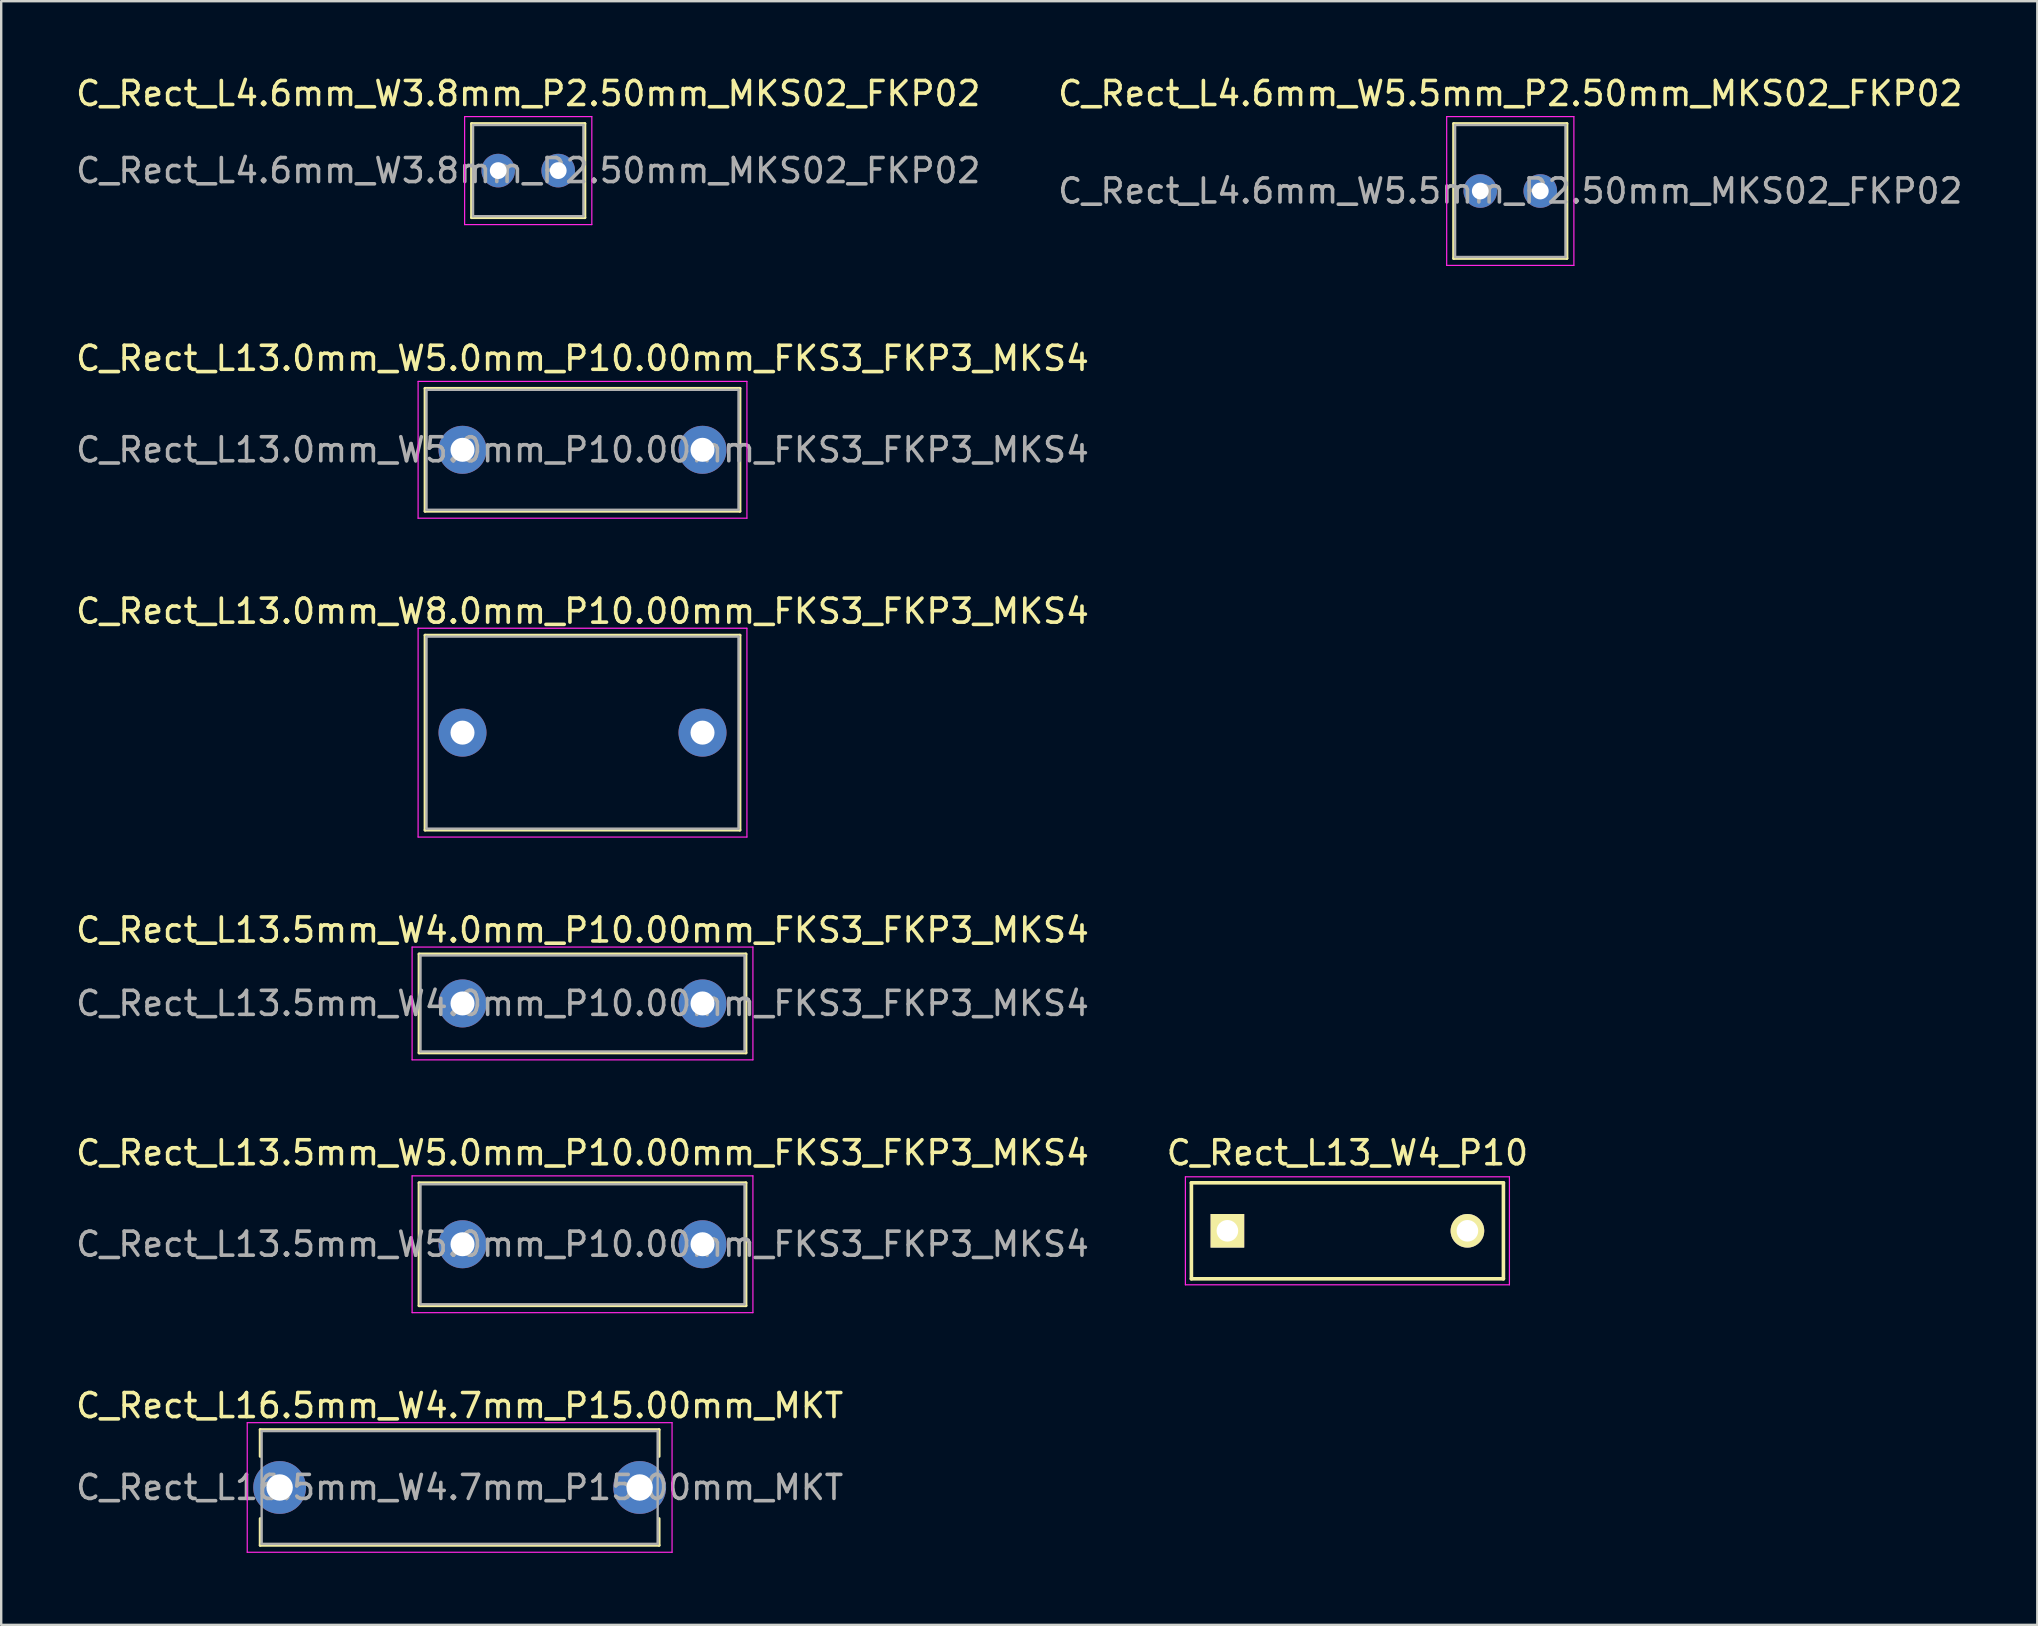
<source format=kicad_pcb>
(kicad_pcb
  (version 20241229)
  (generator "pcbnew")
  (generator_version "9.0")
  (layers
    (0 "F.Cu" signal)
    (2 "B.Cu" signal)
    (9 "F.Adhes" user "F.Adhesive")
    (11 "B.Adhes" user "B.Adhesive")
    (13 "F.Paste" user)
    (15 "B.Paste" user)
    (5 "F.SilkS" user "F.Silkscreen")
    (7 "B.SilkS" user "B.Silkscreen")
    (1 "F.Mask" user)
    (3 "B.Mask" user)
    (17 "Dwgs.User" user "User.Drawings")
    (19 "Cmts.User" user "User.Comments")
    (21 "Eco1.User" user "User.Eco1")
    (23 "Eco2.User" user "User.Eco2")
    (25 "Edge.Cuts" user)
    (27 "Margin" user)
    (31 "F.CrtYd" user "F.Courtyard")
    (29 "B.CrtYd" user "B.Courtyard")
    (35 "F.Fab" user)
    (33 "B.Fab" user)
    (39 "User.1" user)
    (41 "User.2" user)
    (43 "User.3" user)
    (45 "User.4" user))
  (footprint "C_Rect_L13.5mm_W4.0mm_P10.00mm_FKS3_FKP3_MKS4"
    (layer "F.Cu")
    (at 16.22 38.758)
    (property "Reference" "C_Rect_L13.5mm_W4.0mm_P10.00mm_FKS3_FKP3_MKS4" (at 5 -3.06 0) (layer "F.SilkS") (effects (font (size 1 1) (thickness 0.15))))
    (attr through_hole)
    (fp_line (start -1.81 -2.06) (end -1.81 2.06) (stroke (width 0.12) (type solid)) (layer "F.SilkS"))
    (fp_line (start -1.81 -2.06) (end 11.81 -2.06) (stroke (width 0.12) (type solid)) (layer "F.SilkS"))
    (fp_line (start -1.81 2.06) (end 11.81 2.06) (stroke (width 0.12) (type solid)) (layer "F.SilkS"))
    (fp_line (start 11.81 -2.06) (end 11.81 2.06) (stroke (width 0.12) (type solid)) (layer "F.SilkS"))
    (fp_line (start -2.1 -2.35) (end -2.1 2.35) (stroke (width 0.05) (type solid)) (layer "F.CrtYd"))
    (fp_line (start -2.1 2.35) (end 12.1 2.35) (stroke (width 0.05) (type solid)) (layer "F.CrtYd"))
    (fp_line (start 12.1 -2.35) (end -2.1 -2.35) (stroke (width 0.05) (type solid)) (layer "F.CrtYd"))
    (fp_line (start 12.1 2.35) (end 12.1 -2.35) (stroke (width 0.05) (type solid)) (layer "F.CrtYd"))
    (fp_line (start -1.75 -2) (end -1.75 2) (stroke (width 0.1) (type solid)) (layer "F.Fab"))
    (fp_line (start -1.75 2) (end 11.75 2) (stroke (width 0.1) (type solid)) (layer "F.Fab"))
    (fp_line (start 11.75 -2) (end -1.75 -2) (stroke (width 0.1) (type solid)) (layer "F.Fab"))
    (fp_line (start 11.75 2) (end 11.75 -2) (stroke (width 0.1) (type solid)) (layer "F.Fab"))
    (fp_text user "${REFERENCE}" (at 5 0 0) (layer "F.Fab") (effects (font (size 1 1) (thickness 0.15))))
    (pad "1" thru_hole circle (at 0 0) (size 2 2) (drill 1) (layers "*.Cu" "*.Mask"))
    (pad "2" thru_hole circle (at 10 0) (size 2 2) (drill 1) (layers "*.Cu" "*.Mask")))
  (footprint "C_Rect_L13.0mm_W8.0mm_P10.00mm_FKS3_FKP3_MKS4"
    (layer "F.Cu")
    (at 16.22 27.475)
    (property "Reference" "C_Rect_L13.0mm_W8.0mm_P10.00mm_FKS3_FKP3_MKS4" (at 5 -5.06 0) (layer "F.SilkS") (effects (font (size 1 1) (thickness 0.15))))
    (attr through_hole)
    (fp_line (start -1.56 -4.06) (end -1.56 4.06) (stroke (width 0.12) (type solid)) (layer "F.SilkS"))
    (fp_line (start -1.56 -4.06) (end 11.56 -4.06) (stroke (width 0.12) (type solid)) (layer "F.SilkS"))
    (fp_line (start -1.56 4.06) (end 11.56 4.06) (stroke (width 0.12) (type solid)) (layer "F.SilkS"))
    (fp_line (start 11.56 -4.06) (end 11.56 4.06) (stroke (width 0.12) (type solid)) (layer "F.SilkS"))
    (fp_line (start -1.85 -4.35) (end -1.85 4.35) (stroke (width 0.05) (type solid)) (layer "F.CrtYd"))
    (fp_line (start -1.85 4.35) (end 11.85 4.35) (stroke (width 0.05) (type solid)) (layer "F.CrtYd"))
    (fp_line (start 11.85 -4.35) (end -1.85 -4.35) (stroke (width 0.05) (type solid)) (layer "F.CrtYd"))
    (fp_line (start 11.85 4.35) (end 11.85 -4.35) (stroke (width 0.05) (type solid)) (layer "F.CrtYd"))
    (fp_line (start -1.5 -4) (end -1.5 4) (stroke (width 0.1) (type solid)) (layer "F.Fab"))
    (fp_line (start -1.5 4) (end 11.5 4) (stroke (width 0.1) (type solid)) (layer "F.Fab"))
    (fp_line (start 11.5 -4) (end -1.5 -4) (stroke (width 0.1) (type solid)) (layer "F.Fab"))
    (fp_line (start 11.5 4) (end 11.5 -4) (stroke (width 0.1) (type solid)) (layer "F.Fab"))
    (pad "1" thru_hole circle (at 0 0) (size 2 2) (drill 1) (layers "*.Cu" "*.Mask"))
    (pad "2" thru_hole circle (at 10 0) (size 2 2) (drill 1) (layers "*.Cu" "*.Mask")))
  (footprint "C_Rect_L13.0mm_W5.0mm_P10.00mm_FKS3_FKP3_MKS4"
    (layer "F.Cu")
    (at 16.22 15.691)
    (property "Reference" "C_Rect_L13.0mm_W5.0mm_P10.00mm_FKS3_FKP3_MKS4" (at 5 -3.81 0) (layer "F.SilkS") (effects (font (size 1 1) (thickness 0.15))))
    (attr through_hole)
    (fp_line (start -1.56 -2.56) (end -1.56 2.56) (stroke (width 0.12) (type solid)) (layer "F.SilkS"))
    (fp_line (start -1.56 -2.56) (end 11.56 -2.56) (stroke (width 0.12) (type solid)) (layer "F.SilkS"))
    (fp_line (start -1.56 2.56) (end 11.56 2.56) (stroke (width 0.12) (type solid)) (layer "F.SilkS"))
    (fp_line (start 11.56 -2.56) (end 11.56 2.56) (stroke (width 0.12) (type solid)) (layer "F.SilkS"))
    (fp_line (start -1.85 -2.85) (end -1.85 2.85) (stroke (width 0.05) (type solid)) (layer "F.CrtYd"))
    (fp_line (start -1.85 2.85) (end 11.85 2.85) (stroke (width 0.05) (type solid)) (layer "F.CrtYd"))
    (fp_line (start 11.85 -2.85) (end -1.85 -2.85) (stroke (width 0.05) (type solid)) (layer "F.CrtYd"))
    (fp_line (start 11.85 2.85) (end 11.85 -2.85) (stroke (width 0.05) (type solid)) (layer "F.CrtYd"))
    (fp_line (start -1.5 -2.5) (end -1.5 2.5) (stroke (width 0.1) (type solid)) (layer "F.Fab"))
    (fp_line (start -1.5 2.5) (end 11.5 2.5) (stroke (width 0.1) (type solid)) (layer "F.Fab"))
    (fp_line (start 11.5 -2.5) (end -1.5 -2.5) (stroke (width 0.1) (type solid)) (layer "F.Fab"))
    (fp_line (start 11.5 2.5) (end 11.5 -2.5) (stroke (width 0.1) (type solid)) (layer "F.Fab"))
    (fp_text user "${REFERENCE}" (at 5 0 0) (layer "F.Fab") (effects (font (size 1 1) (thickness 0.15))))
    (pad "1" thru_hole circle (at 0 0) (size 2 2) (drill 1) (layers "*.Cu" "*.Mask"))
    (pad "2" thru_hole circle (at 10 0) (size 2 2) (drill 1) (layers "*.Cu" "*.Mask")))
  (footprint "C_Rect_L4.6mm_W3.8mm_P2.50mm_MKS02_FKP02"
    (layer "F.Cu")
    (at 17.708 4.058)
    (property "Reference" "C_Rect_L4.6mm_W3.8mm_P2.50mm_MKS02_FKP02" (at 1.25 -3.21 0) (layer "F.SilkS") (effects (font (size 1 1) (thickness 0.15))))
    (attr through_hole)
    (fp_line (start -1.11 -1.96) (end -1.11 1.96) (stroke (width 0.12) (type solid)) (layer "F.SilkS"))
    (fp_line (start -1.11 -1.96) (end 3.61 -1.96) (stroke (width 0.12) (type solid)) (layer "F.SilkS"))
    (fp_line (start -1.11 1.96) (end 3.61 1.96) (stroke (width 0.12) (type solid)) (layer "F.SilkS"))
    (fp_line (start 3.61 -1.96) (end 3.61 1.96) (stroke (width 0.12) (type solid)) (layer "F.SilkS"))
    (fp_line (start -1.4 -2.25) (end -1.4 2.25) (stroke (width 0.05) (type solid)) (layer "F.CrtYd"))
    (fp_line (start -1.4 2.25) (end 3.9 2.25) (stroke (width 0.05) (type solid)) (layer "F.CrtYd"))
    (fp_line (start 3.9 -2.25) (end -1.4 -2.25) (stroke (width 0.05) (type solid)) (layer "F.CrtYd"))
    (fp_line (start 3.9 2.25) (end 3.9 -2.25) (stroke (width 0.05) (type solid)) (layer "F.CrtYd"))
    (fp_line (start -1.05 -1.9) (end -1.05 1.9) (stroke (width 0.1) (type solid)) (layer "F.Fab"))
    (fp_line (start -1.05 1.9) (end 3.55 1.9) (stroke (width 0.1) (type solid)) (layer "F.Fab"))
    (fp_line (start 3.55 -1.9) (end -1.05 -1.9) (stroke (width 0.1) (type solid)) (layer "F.Fab"))
    (fp_line (start 3.55 1.9) (end 3.55 -1.9) (stroke (width 0.1) (type solid)) (layer "F.Fab"))
    (fp_text user "${REFERENCE}" (at 1.25 0 0) (layer "F.Fab") (effects (font (size 1 1) (thickness 0.15))))
    (pad "1" thru_hole circle (at 0 0) (size 1.4 1.4) (drill 0.7) (layers "*.Cu" "*.Mask"))
    (pad "2" thru_hole circle (at 2.5 0) (size 1.4 1.4) (drill 0.7) (layers "*.Cu" "*.Mask")))
  (footprint "C_Rect_L16.5mm_W4.7mm_P15.00mm_MKT"
    (layer "F.Cu")
    (at 8.601 58.925)
    (property "Reference" "C_Rect_L16.5mm_W4.7mm_P15.00mm_MKT" (at 7.5 -3.41 0) (layer "F.SilkS") (effects (font (size 1 1) (thickness 0.15))))
    (attr through_hole)
    (fp_line (start -0.81 -2.41) (end -0.81 -1.296) (stroke (width 0.12) (type solid)) (layer "F.SilkS"))
    (fp_line (start -0.81 -2.41) (end 15.81 -2.41) (stroke (width 0.12) (type solid)) (layer "F.SilkS"))
    (fp_line (start -0.81 1.296) (end -0.81 2.41) (stroke (width 0.12) (type solid)) (layer "F.SilkS"))
    (fp_line (start -0.81 2.41) (end 15.81 2.41) (stroke (width 0.12) (type solid)) (layer "F.SilkS"))
    (fp_line (start 15.81 -2.41) (end 15.81 -1.296) (stroke (width 0.12) (type solid)) (layer "F.SilkS"))
    (fp_line (start 15.81 1.296) (end 15.81 2.41) (stroke (width 0.12) (type solid)) (layer "F.SilkS"))
    (fp_line (start -1.35 -2.7) (end -1.35 2.7) (stroke (width 0.05) (type solid)) (layer "F.CrtYd"))
    (fp_line (start -1.35 2.7) (end 16.35 2.7) (stroke (width 0.05) (type solid)) (layer "F.CrtYd"))
    (fp_line (start 16.35 -2.7) (end -1.35 -2.7) (stroke (width 0.05) (type solid)) (layer "F.CrtYd"))
    (fp_line (start 16.35 2.7) (end 16.35 -2.7) (stroke (width 0.05) (type solid)) (layer "F.CrtYd"))
    (fp_line (start -0.75 -2.35) (end -0.75 2.35) (stroke (width 0.1) (type solid)) (layer "F.Fab"))
    (fp_line (start -0.75 2.35) (end 15.75 2.35) (stroke (width 0.1) (type solid)) (layer "F.Fab"))
    (fp_line (start 15.75 -2.35) (end -0.75 -2.35) (stroke (width 0.1) (type solid)) (layer "F.Fab"))
    (fp_line (start 15.75 2.35) (end 15.75 -2.35) (stroke (width 0.1) (type solid)) (layer "F.Fab"))
    (fp_text user "${REFERENCE}" (at 7.5 0 0) (layer "F.Fab") (effects (font (size 1 1) (thickness 0.15))))
    (pad "1" thru_hole circle (at 0 0) (size 2.2 2.2) (drill 1.1) (layers "*.Cu" "*.Mask"))
    (pad "2" thru_hole circle (at 15 0) (size 2.2 2.2) (drill 1.1) (layers "*.Cu" "*.Mask")))
  (footprint "C_Rect_L4.6mm_W5.5mm_P2.50mm_MKS02_FKP02"
    (layer "F.Cu")
    (at 58.625 4.908)
    (property "Reference" "C_Rect_L4.6mm_W5.5mm_P2.50mm_MKS02_FKP02" (at 1.25 -4.06 0) (layer "F.SilkS") (effects (font (size 1 1) (thickness 0.15))))
    (attr through_hole)
    (fp_line (start -1.11 -2.81) (end -1.11 2.81) (stroke (width 0.12) (type solid)) (layer "F.SilkS"))
    (fp_line (start -1.11 -2.81) (end 3.61 -2.81) (stroke (width 0.12) (type solid)) (layer "F.SilkS"))
    (fp_line (start -1.11 2.81) (end 3.61 2.81) (stroke (width 0.12) (type solid)) (layer "F.SilkS"))
    (fp_line (start 3.61 -2.81) (end 3.61 2.81) (stroke (width 0.12) (type solid)) (layer "F.SilkS"))
    (fp_line (start -1.4 -3.1) (end -1.4 3.1) (stroke (width 0.05) (type solid)) (layer "F.CrtYd"))
    (fp_line (start -1.4 3.1) (end 3.9 3.1) (stroke (width 0.05) (type solid)) (layer "F.CrtYd"))
    (fp_line (start 3.9 -3.1) (end -1.4 -3.1) (stroke (width 0.05) (type solid)) (layer "F.CrtYd"))
    (fp_line (start 3.9 3.1) (end 3.9 -3.1) (stroke (width 0.05) (type solid)) (layer "F.CrtYd"))
    (fp_line (start -1.05 -2.75) (end -1.05 2.75) (stroke (width 0.1) (type solid)) (layer "F.Fab"))
    (fp_line (start -1.05 2.75) (end 3.55 2.75) (stroke (width 0.1) (type solid)) (layer "F.Fab"))
    (fp_line (start 3.55 -2.75) (end -1.05 -2.75) (stroke (width 0.1) (type solid)) (layer "F.Fab"))
    (fp_line (start 3.55 2.75) (end 3.55 -2.75) (stroke (width 0.1) (type solid)) (layer "F.Fab"))
    (fp_text user "${REFERENCE}" (at 1.25 0 0) (layer "F.Fab") (effects (font (size 1 1) (thickness 0.15))))
    (pad "1" thru_hole circle (at 0 0) (size 1.4 1.4) (drill 0.7) (layers "*.Cu" "*.Mask"))
    (pad "2" thru_hole circle (at 2.5 0) (size 1.4 1.4) (drill 0.7) (layers "*.Cu" "*.Mask")))
  (footprint "C_Rect_L13_W4_P10"
    (layer "F.Cu")
    (at 48.089 48.231)
    (property "Reference" "C_Rect_L13_W4_P10" (at 5 -3.25 0) (layer "F.SilkS") (effects (font (size 1 1) (thickness 0.15))))
    (attr through_hole)
    (fp_line (start -1.5 -2) (end 11.5 -2) (stroke (width 0.15) (type solid)) (layer "F.SilkS"))
    (fp_line (start -1.5 2) (end -1.5 -2) (stroke (width 0.15) (type solid)) (layer "F.SilkS"))
    (fp_line (start 11.5 -2) (end 11.5 2) (stroke (width 0.15) (type solid)) (layer "F.SilkS"))
    (fp_line (start 11.5 2) (end -1.5 2) (stroke (width 0.15) (type solid)) (layer "F.SilkS"))
    (fp_line (start -1.75 -2.25) (end 11.75 -2.25) (stroke (width 0.05) (type solid)) (layer "F.CrtYd"))
    (fp_line (start -1.75 2.25) (end -1.75 -2.25) (stroke (width 0.05) (type solid)) (layer "F.CrtYd"))
    (fp_line (start 11.75 -2.25) (end 11.75 2.25) (stroke (width 0.05) (type solid)) (layer "F.CrtYd"))
    (fp_line (start 11.75 2.25) (end -1.75 2.25) (stroke (width 0.05) (type solid)) (layer "F.CrtYd"))
    (pad "1" thru_hole rect (at 0 0) (size 1.4 1.4) (drill 0.9) (layers "*.Cu" "*.Mask" "F.SilkS"))
    (pad "2" thru_hole circle (at 10 0) (size 1.4 1.4) (drill 0.9) (layers "*.Cu" "*.Mask" "F.SilkS")))
  (footprint "C_Rect_L13.5mm_W5.0mm_P10.00mm_FKS3_FKP3_MKS4"
    (layer "F.Cu")
    (at 16.22 48.791)
    (property "Reference" "C_Rect_L13.5mm_W5.0mm_P10.00mm_FKS3_FKP3_MKS4" (at 5 -3.81 0) (layer "F.SilkS") (effects (font (size 1 1) (thickness 0.15))))
    (attr through_hole)
    (fp_line (start -1.81 -2.56) (end -1.81 2.56) (stroke (width 0.12) (type solid)) (layer "F.SilkS"))
    (fp_line (start -1.81 -2.56) (end 11.81 -2.56) (stroke (width 0.12) (type solid)) (layer "F.SilkS"))
    (fp_line (start -1.81 2.56) (end 11.81 2.56) (stroke (width 0.12) (type solid)) (layer "F.SilkS"))
    (fp_line (start 11.81 -2.56) (end 11.81 2.56) (stroke (width 0.12) (type solid)) (layer "F.SilkS"))
    (fp_line (start -2.1 -2.85) (end -2.1 2.85) (stroke (width 0.05) (type solid)) (layer "F.CrtYd"))
    (fp_line (start -2.1 2.85) (end 12.1 2.85) (stroke (width 0.05) (type solid)) (layer "F.CrtYd"))
    (fp_line (start 12.1 -2.85) (end -2.1 -2.85) (stroke (width 0.05) (type solid)) (layer "F.CrtYd"))
    (fp_line (start 12.1 2.85) (end 12.1 -2.85) (stroke (width 0.05) (type solid)) (layer "F.CrtYd"))
    (fp_line (start -1.75 -2.5) (end -1.75 2.5) (stroke (width 0.1) (type solid)) (layer "F.Fab"))
    (fp_line (start -1.75 2.5) (end 11.75 2.5) (stroke (width 0.1) (type solid)) (layer "F.Fab"))
    (fp_line (start 11.75 -2.5) (end -1.75 -2.5) (stroke (width 0.1) (type solid)) (layer "F.Fab"))
    (fp_line (start 11.75 2.5) (end 11.75 -2.5) (stroke (width 0.1) (type solid)) (layer "F.Fab"))
    (fp_text user "${REFERENCE}" (at 5 0 0) (layer "F.Fab") (effects (font (size 1 1) (thickness 0.15))))
    (pad "1" thru_hole circle (at 0 0) (size 2 2) (drill 1) (layers "*.Cu" "*.Mask"))
    (pad "2" thru_hole circle (at 10 0) (size 2 2) (drill 1) (layers "*.Cu" "*.Mask")))
  (gr_rect
    (start -3 -3)
    (end 81.833 64.65)
    (stroke (width 0.1) (type default))
    (fill no)
    (layer "Edge.Cuts")))
</source>
